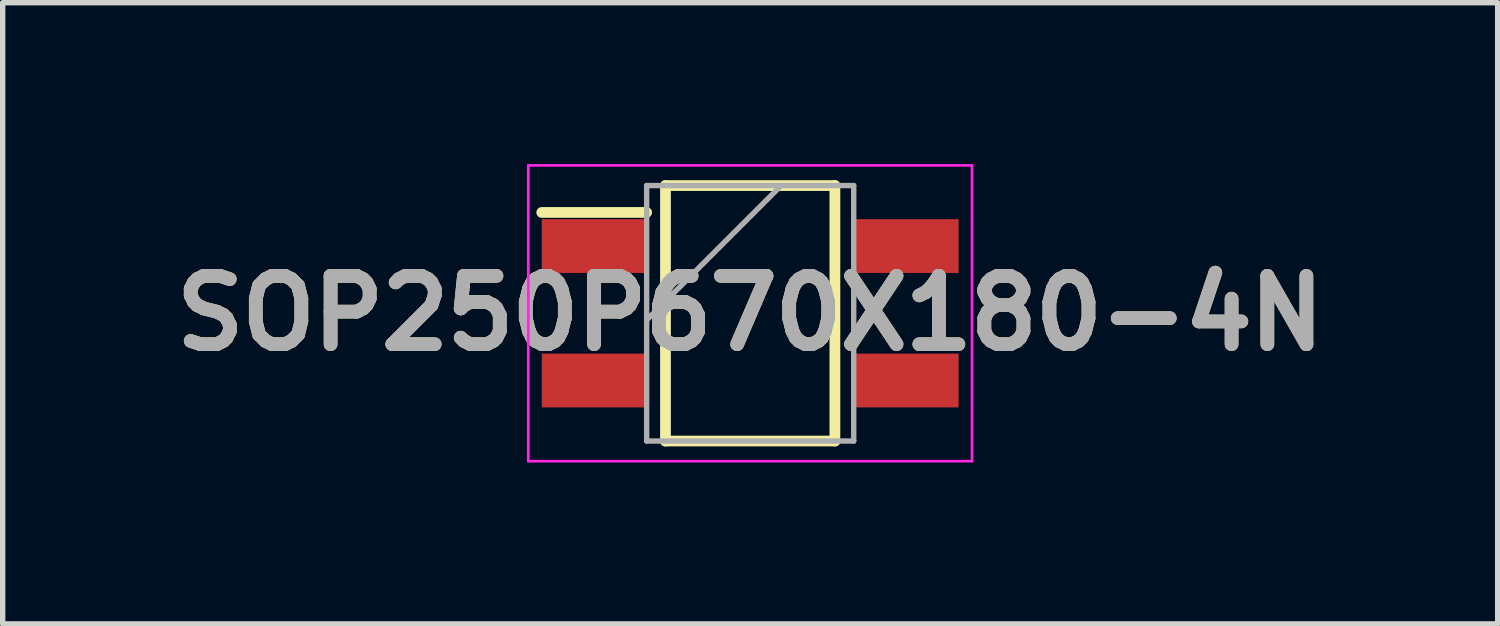
<source format=kicad_pcb>
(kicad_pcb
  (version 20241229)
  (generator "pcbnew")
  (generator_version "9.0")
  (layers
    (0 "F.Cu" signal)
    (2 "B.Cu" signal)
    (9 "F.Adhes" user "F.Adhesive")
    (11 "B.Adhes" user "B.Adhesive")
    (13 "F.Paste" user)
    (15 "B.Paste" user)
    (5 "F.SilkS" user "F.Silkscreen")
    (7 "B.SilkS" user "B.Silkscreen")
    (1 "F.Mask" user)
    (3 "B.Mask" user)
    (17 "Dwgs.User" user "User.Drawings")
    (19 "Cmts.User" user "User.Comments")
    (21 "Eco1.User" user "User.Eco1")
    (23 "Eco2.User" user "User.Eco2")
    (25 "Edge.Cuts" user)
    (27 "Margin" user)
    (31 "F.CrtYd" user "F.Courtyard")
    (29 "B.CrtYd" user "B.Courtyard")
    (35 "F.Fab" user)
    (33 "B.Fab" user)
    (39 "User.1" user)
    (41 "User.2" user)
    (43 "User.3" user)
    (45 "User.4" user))
  (footprint "SOP250P670X180-4N"
    (layer "F.Cu")
    (at 10.898 2.775)
    (property "Reference" "SOP250P670X180-4N" (at 0 0 0) (layer "F.SilkS") (effects (font (size 1.27 1.27) (thickness 0.254))))
    (attr smd)
    (fp_line (start -3.875 -1.875) (end -1.925 -1.875) (stroke (width 0.2) (type solid)) (layer "F.SilkS"))
    (fp_line (start -1.575 -2.375) (end 1.575 -2.375) (stroke (width 0.2) (type solid)) (layer "F.SilkS"))
    (fp_line (start -1.575 2.375) (end -1.575 -2.375) (stroke (width 0.2) (type solid)) (layer "F.SilkS"))
    (fp_line (start 1.575 -2.375) (end 1.575 2.375) (stroke (width 0.2) (type solid)) (layer "F.SilkS"))
    (fp_line (start 1.575 2.375) (end -1.575 2.375) (stroke (width 0.2) (type solid)) (layer "F.SilkS"))
    (fp_line (start -4.125 -2.75) (end 4.125 -2.75) (stroke (width 0.05) (type solid)) (layer "F.CrtYd"))
    (fp_line (start -4.125 2.75) (end -4.125 -2.75) (stroke (width 0.05) (type solid)) (layer "F.CrtYd"))
    (fp_line (start 4.125 -2.75) (end 4.125 2.75) (stroke (width 0.05) (type solid)) (layer "F.CrtYd"))
    (fp_line (start 4.125 2.75) (end -4.125 2.75) (stroke (width 0.05) (type solid)) (layer "F.CrtYd"))
    (fp_line (start -1.925 -2.375) (end 1.925 -2.375) (stroke (width 0.1) (type solid)) (layer "F.Fab"))
    (fp_line (start -1.925 0.125) (end 0.575 -2.375) (stroke (width 0.1) (type solid)) (layer "F.Fab"))
    (fp_line (start -1.925 2.375) (end -1.925 -2.375) (stroke (width 0.1) (type solid)) (layer "F.Fab"))
    (fp_line (start 1.925 -2.375) (end 1.925 2.375) (stroke (width 0.1) (type solid)) (layer "F.Fab"))
    (fp_line (start 1.925 2.375) (end -1.925 2.375) (stroke (width 0.1) (type solid)) (layer "F.Fab"))
    (fp_text user "${REFERENCE}" (at 0 0 0) (layer "F.Fab") (effects (font (size 1.27 1.27) (thickness 0.254))))
    (pad "1" smd rect (at -2.9 -1.25 90) (size 1 1.95) (layers "F.Cu" "F.Mask" "F.Paste"))
    (pad "2" smd rect (at -2.9 1.25 90) (size 1 1.95) (layers "F.Cu" "F.Mask" "F.Paste"))
    (pad "3" smd rect (at 2.9 1.25 90) (size 1 1.95) (layers "F.Cu" "F.Mask" "F.Paste"))
    (pad "4" smd rect (at 2.9 -1.25 90) (size 1 1.95) (layers "F.Cu" "F.Mask" "F.Paste")))
  (gr_rect
    (start -3 -3)
    (end 24.796 8.55)
    (stroke (width 0.1) (type default))
    (fill no)
    (layer "Edge.Cuts")))
</source>
